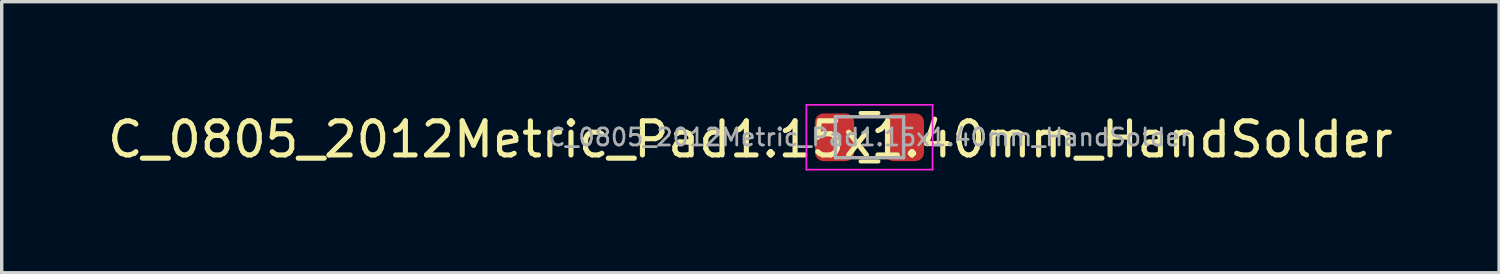
<source format=kicad_pcb>
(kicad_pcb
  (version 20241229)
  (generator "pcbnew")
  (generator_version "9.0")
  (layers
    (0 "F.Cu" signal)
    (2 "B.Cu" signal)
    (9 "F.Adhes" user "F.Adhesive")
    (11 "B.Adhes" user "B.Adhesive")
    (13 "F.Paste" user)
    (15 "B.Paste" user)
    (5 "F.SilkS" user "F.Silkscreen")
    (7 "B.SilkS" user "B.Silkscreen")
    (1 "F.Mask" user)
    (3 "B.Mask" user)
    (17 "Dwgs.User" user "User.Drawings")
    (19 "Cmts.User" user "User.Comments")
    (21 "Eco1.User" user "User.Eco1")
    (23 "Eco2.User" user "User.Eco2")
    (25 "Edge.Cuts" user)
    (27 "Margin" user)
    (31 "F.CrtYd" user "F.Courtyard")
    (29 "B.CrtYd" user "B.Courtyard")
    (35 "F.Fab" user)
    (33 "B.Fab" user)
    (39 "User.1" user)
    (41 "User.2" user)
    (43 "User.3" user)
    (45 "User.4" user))
  (footprint "C_0805_2012Metric_Pad1.15x1.40mm_HandSolder"
    (layer "F.Cu")
    (at 22.451 0.975)
    (property "Reference" "C_0805_2012Metric_Pad1.15x1.40mm_HandSolder" (at -3.493 0.064 0) (layer "F.SilkS") (effects (font (size 1 1) (thickness 0.15))))
    (attr smd)
    (fp_line (start -0.261 -0.71) (end 0.261 -0.71) (stroke (width 0.12) (type solid)) (layer "F.SilkS"))
    (fp_line (start -0.261 0.71) (end 0.261 0.71) (stroke (width 0.12) (type solid)) (layer "F.SilkS"))
    (fp_line (start -1.85 -0.95) (end 1.85 -0.95) (stroke (width 0.05) (type solid)) (layer "F.CrtYd"))
    (fp_line (start -1.85 0.95) (end -1.85 -0.95) (stroke (width 0.05) (type solid)) (layer "F.CrtYd"))
    (fp_line (start 1.85 -0.95) (end 1.85 0.95) (stroke (width 0.05) (type solid)) (layer "F.CrtYd"))
    (fp_line (start 1.85 0.95) (end -1.85 0.95) (stroke (width 0.05) (type solid)) (layer "F.CrtYd"))
    (fp_line (start -1 -0.6) (end 1 -0.6) (stroke (width 0.1) (type solid)) (layer "F.Fab"))
    (fp_line (start -1 0.6) (end -1 -0.6) (stroke (width 0.1) (type solid)) (layer "F.Fab"))
    (fp_line (start 1 -0.6) (end 1 0.6) (stroke (width 0.1) (type solid)) (layer "F.Fab"))
    (fp_line (start 1 0.6) (end -1 0.6) (stroke (width 0.1) (type solid)) (layer "F.Fab"))
    (fp_text user "${REFERENCE}" (at 0 0 0) (layer "F.Fab") (effects (font (size 0.5 0.5) (thickness 0.08))))
    (pad "1" smd roundrect (at -1.025 0) (size 1.15 1.4) (layers "F.Cu" "F.Mask" "F.Paste") (roundrect_rratio 0.217))
    (pad "2" smd roundrect (at 1.025 0) (size 1.15 1.4) (layers "F.Cu" "F.Mask" "F.Paste") (roundrect_rratio 0.217)))
  (gr_rect
    (start -3 -3)
    (end 40.917 4.95)
    (stroke (width 0.1) (type default))
    (fill no)
    (layer "Edge.Cuts")))
</source>
